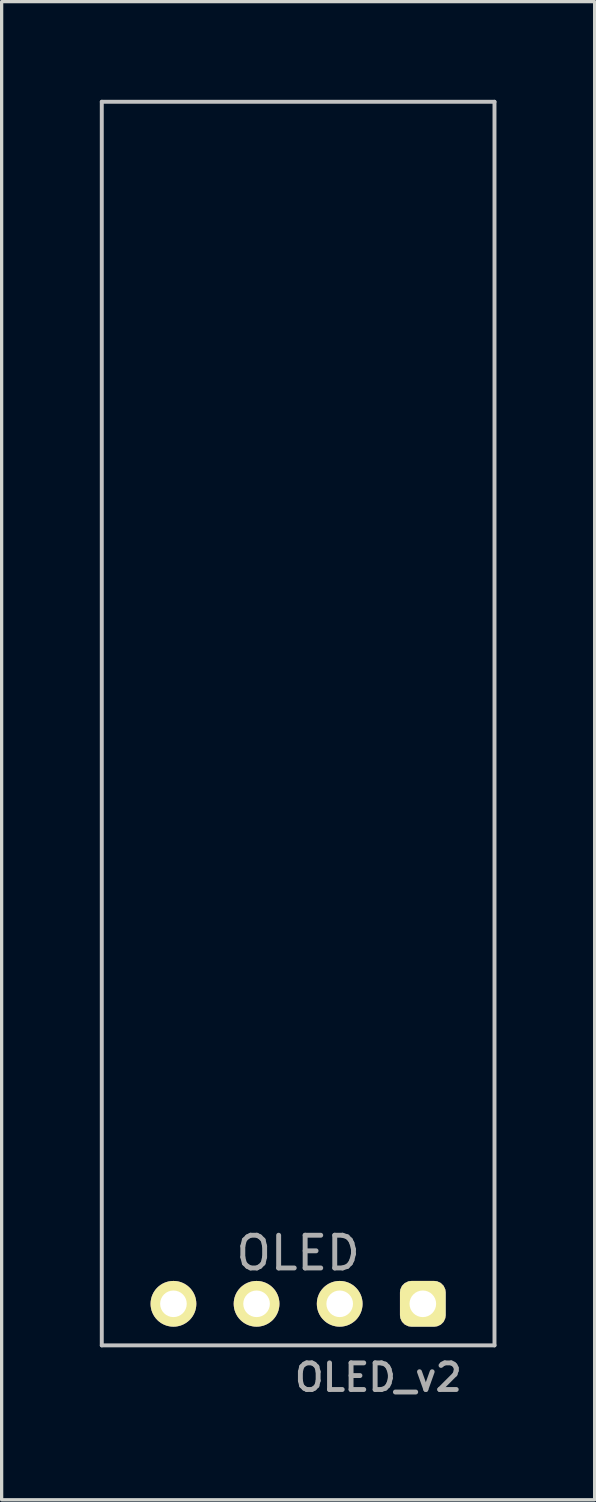
<source format=kicad_pcb>
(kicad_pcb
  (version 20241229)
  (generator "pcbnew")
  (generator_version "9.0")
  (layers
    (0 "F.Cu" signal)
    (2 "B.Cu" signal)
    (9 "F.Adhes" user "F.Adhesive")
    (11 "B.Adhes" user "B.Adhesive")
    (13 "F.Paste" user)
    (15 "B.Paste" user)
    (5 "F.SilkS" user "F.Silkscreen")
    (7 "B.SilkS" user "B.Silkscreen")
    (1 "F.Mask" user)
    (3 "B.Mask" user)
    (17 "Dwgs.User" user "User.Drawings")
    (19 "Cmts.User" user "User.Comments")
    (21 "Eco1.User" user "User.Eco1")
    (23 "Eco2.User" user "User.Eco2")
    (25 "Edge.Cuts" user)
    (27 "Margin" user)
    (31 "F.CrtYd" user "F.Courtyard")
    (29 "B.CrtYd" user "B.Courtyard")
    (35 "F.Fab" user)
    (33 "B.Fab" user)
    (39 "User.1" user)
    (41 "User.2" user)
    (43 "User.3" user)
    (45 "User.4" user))
  (footprint "OLED_v2"
    (layer "F.Cu")
    (at 6.06 36.79)
    (property "Reference" "OLED_v2" (at 2.45 2.25 180) (layer "F.Fab") (effects (font (size 0.813 0.813) (thickness 0.15))))
    (attr through_hole)
    (fp_line (start -6 -36.73) (end 6 -36.73) (stroke (width 0.12) (type solid)) (layer "Dwgs.User"))
    (fp_line (start -6 1.27) (end -6 -36.73) (stroke (width 0.12) (type solid)) (layer "Dwgs.User"))
    (fp_line (start -6 1.27) (end 6 1.27) (stroke (width 0.12) (type solid)) (layer "Dwgs.User"))
    (fp_line (start 6 -36.73) (end 6 1.27) (stroke (width 0.12) (type solid)) (layer "Dwgs.User"))
    (fp_text user "OLED" (at 0 -1.55 0) (layer "F.Fab") (effects (font (size 1 1) (thickness 0.15))))
    (pad "1" thru_hole circle (at -3.81 0) (size 1.397 1.397) (drill 0.813) (layers "*.Cu" "B.Mask" "F.SilkS"))
    (pad "2" thru_hole circle (at -1.27 0) (size 1.397 1.397) (drill 0.813) (layers "*.Cu" "B.Mask" "F.SilkS"))
    (pad "3" thru_hole circle (at 1.27 0) (size 1.397 1.397) (drill 0.813) (layers "*.Cu" "B.Mask" "F.SilkS"))
    (pad "4" thru_hole roundrect (at 3.81 0) (size 1.397 1.397) (drill 0.813) (layers "*.Cu" "B.Mask" "F.SilkS") (roundrect_rratio 0.25)))
  (gr_rect
    (start -3 -3)
    (end 15.12 42.779)
    (stroke (width 0.1) (type default))
    (fill no)
    (layer "Edge.Cuts")))
</source>
